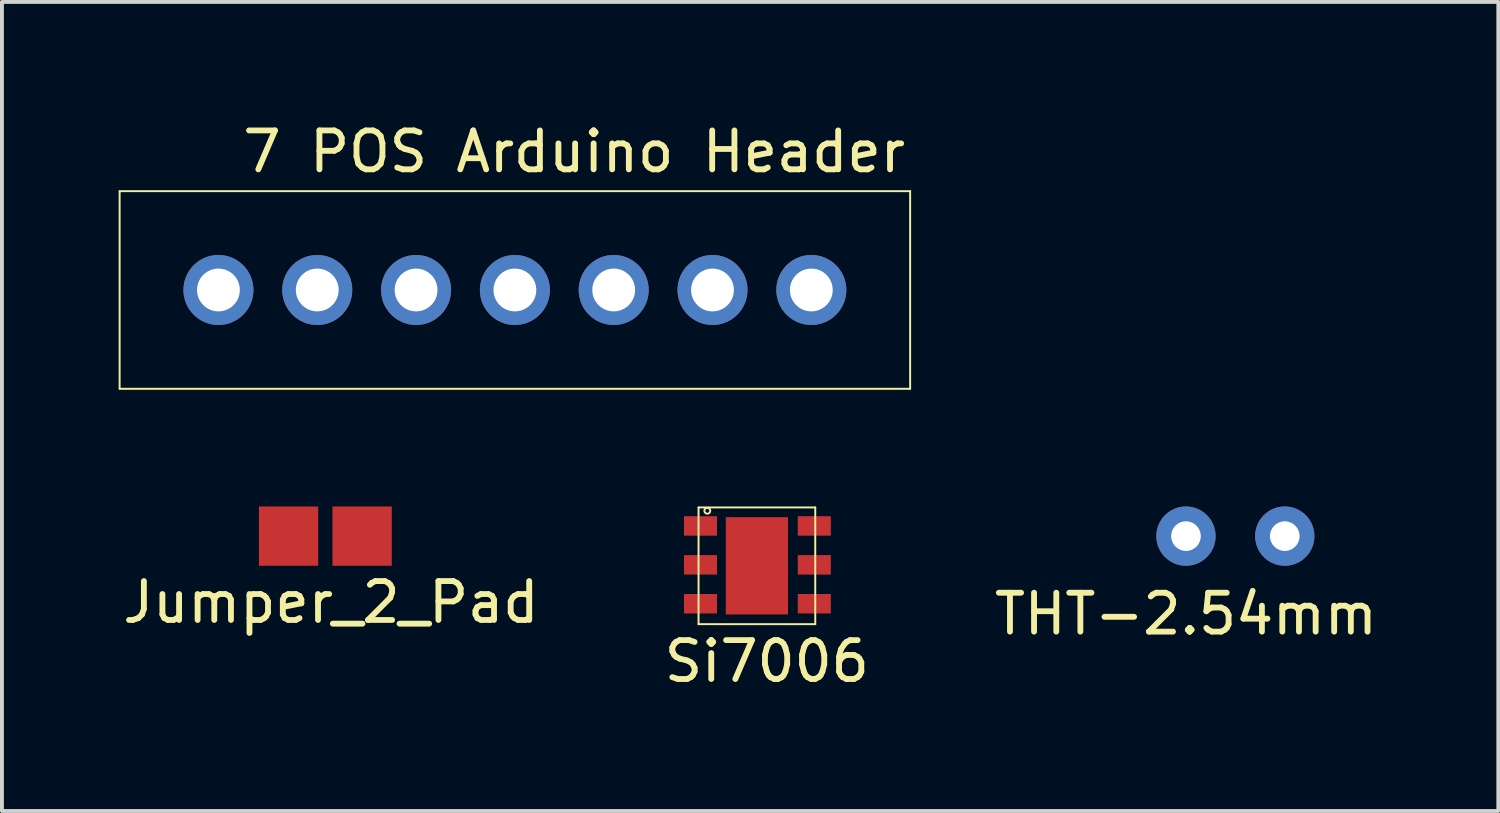
<source format=kicad_pcb>
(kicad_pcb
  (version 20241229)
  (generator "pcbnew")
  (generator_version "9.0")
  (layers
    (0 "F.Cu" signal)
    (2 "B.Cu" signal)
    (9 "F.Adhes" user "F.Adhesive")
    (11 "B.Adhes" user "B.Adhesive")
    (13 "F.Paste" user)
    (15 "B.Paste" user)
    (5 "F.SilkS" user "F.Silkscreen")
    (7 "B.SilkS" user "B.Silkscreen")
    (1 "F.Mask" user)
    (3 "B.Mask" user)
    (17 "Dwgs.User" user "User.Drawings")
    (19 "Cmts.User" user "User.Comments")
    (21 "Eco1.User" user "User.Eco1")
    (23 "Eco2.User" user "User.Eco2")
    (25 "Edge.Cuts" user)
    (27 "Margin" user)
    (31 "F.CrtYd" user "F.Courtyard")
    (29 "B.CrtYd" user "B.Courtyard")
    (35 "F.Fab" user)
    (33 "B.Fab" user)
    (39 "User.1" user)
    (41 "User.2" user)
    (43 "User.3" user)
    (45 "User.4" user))
  (footprint "THT-2.54mm"
    (layer "F.Cu")
    (at 27.435 10.731)
    (property "Reference" "THT-2.54mm" (at 0 2 0) (layer "F.SilkS") (effects (font (size 1 1) (thickness 0.15))))
    (attr through_hole)
    (pad "1" thru_hole circle (at 0 0) (size 1.524 1.524) (drill 0.762) (layers "*.Cu" "*.Mask"))
    (pad "2" thru_hole circle (at 2.54 0) (size 1.524 1.524) (drill 0.762) (layers "*.Cu" "*.Mask")))
  (footprint "Jumper_2_Pad"
    (layer "F.Cu")
    (at 4.358 10.731)
    (property "Reference" "Jumper_2_Pad" (at 1.1 1.7 0) (layer "F.SilkS") (effects (font (size 1 1) (thickness 0.15))))
    (attr through_hole)
    (pad "1" smd rect (at 0.01 0) (size 1.524 1.524) (layers "F.Cu" "F.Mask" "F.Paste"))
    (pad "2" smd rect (at 1.9 0) (size 1.524 1.524) (layers "F.Cu" "F.Mask" "F.Paste")))
  (footprint "Si7006"
    (layer "F.Cu")
    (at 17.881 10.469)
    (property "Reference" "Si7006" (at -1.22 3.48 0) (layer "F.SilkS") (effects (font (size 1 1) (thickness 0.15))))
    (attr through_hole)
    (fp_line (start -2.975 -0.475) (end -2.975 2.525) (stroke (width 0.05) (type solid)) (layer "F.SilkS"))
    (fp_line (start -2.975 2.525) (end 0.025 2.525) (stroke (width 0.05) (type solid)) (layer "F.SilkS"))
    (fp_line (start 0.025 -0.475) (end -2.975 -0.475) (stroke (width 0.05) (type solid)) (layer "F.SilkS"))
    (fp_line (start 0.025 2.525) (end 0.025 -0.475) (stroke (width 0.05) (type solid)) (layer "F.SilkS"))
    (fp_circle (center -2.75 -0.39) (end -2.68 -0.36) (stroke (width 0.05) (type solid)) (fill no) (layer "F.SilkS"))
    (pad "1" smd rect (at -2.925 0) (size 0.85 0.5) (layers "F.Cu" "F.Mask" "F.Paste"))
    (pad "2" smd rect (at -2.925 1) (size 0.85 0.5) (layers "F.Cu" "F.Mask" "F.Paste"))
    (pad "3" smd rect (at -2.925 2) (size 0.85 0.5) (layers "F.Cu" "F.Mask" "F.Paste"))
    (pad "4" smd rect (at 0 2) (size 0.85 0.5) (layers "F.Cu" "F.Mask" "F.Paste"))
    (pad "5" smd rect (at 0 1) (size 0.85 0.5) (layers "F.Cu" "F.Mask" "F.Paste"))
    (pad "6" smd rect (at -0.325 0) (size 0.85 0.5) (drill (offset 0.325 0)) (layers "F.Cu" "F.Mask" "F.Paste"))
    (pad "~" smd rect (at -1.475 1.025) (size 1.6 2.5) (layers "F.Cu" "F.Mask" "F.Paste")))
  (footprint "7 POS Arduino Header"
    (layer "F.Cu")
    (at 2.565 4.404)
    (property "Reference" "7 POS Arduino Header" (at 9.144 -3.556 0) (layer "F.SilkS") (effects (font (size 1 1) (thickness 0.15))))
    (attr through_hole)
    (fp_line (start -2.54 -2.54) (end 17.78 -2.54) (stroke (width 0.05) (type solid)) (layer "F.SilkS"))
    (fp_line (start -2.54 2.54) (end -2.54 -2.54) (stroke (width 0.05) (type solid)) (layer "F.SilkS"))
    (fp_line (start 17.78 -2.54) (end 17.78 2.54) (stroke (width 0.05) (type solid)) (layer "F.SilkS"))
    (fp_line (start 17.78 2.54) (end -2.54 2.54) (stroke (width 0.05) (type solid)) (layer "F.SilkS"))
    (pad "1" thru_hole circle (at 0 0) (size 1.8 1.8) (drill 1.1) (layers "*.Cu" "*.Mask"))
    (pad "2" thru_hole circle (at 2.54 0) (size 1.8 1.8) (drill 1.1) (layers "*.Cu" "*.Mask"))
    (pad "3" thru_hole circle (at 5.08 0) (size 1.8 1.8) (drill 1.1) (layers "*.Cu" "*.Mask"))
    (pad "4" thru_hole circle (at 7.62 0) (size 1.8 1.8) (drill 1.1) (layers "*.Cu" "*.Mask"))
    (pad "5" thru_hole circle (at 10.16 0) (size 1.8 1.8) (drill 1.1) (layers "*.Cu" "*.Mask"))
    (pad "6" thru_hole circle (at 12.7 0) (size 1.8 1.8) (drill 1.1) (layers "*.Cu" "*.Mask"))
    (pad "7" thru_hole circle (at 15.24 0) (size 1.8 1.8) (drill 1.1) (layers "*.Cu" "*.Mask")))
  (gr_rect
    (start -3 -3)
    (end 35.464 17.797)
    (stroke (width 0.1) (type default))
    (fill no)
    (layer "Edge.Cuts")))
</source>
